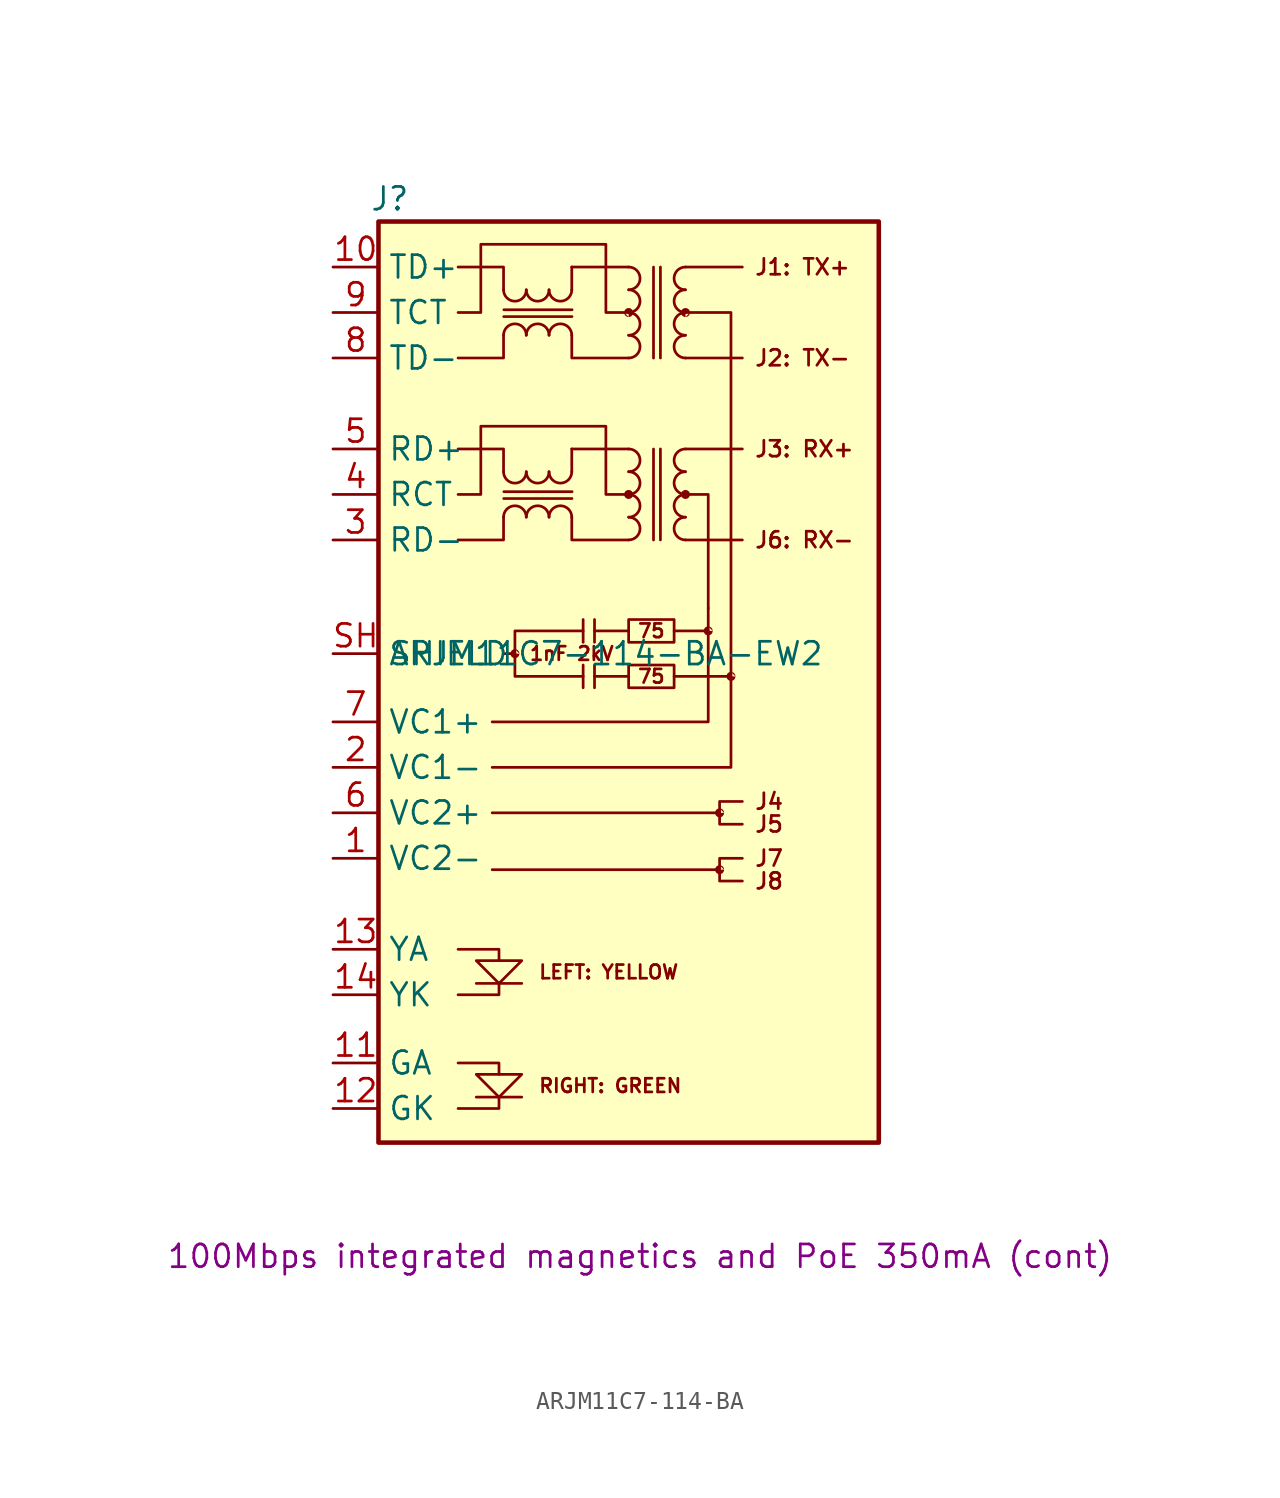
<source format=kicad_sym>
(kicad_symbol_lib
  (version 20220914)
  (generator kicad_symbol_editor)
  (symbol "ARJM11C7-114-BA"
    (property "Reference" "J"
      (at 0.635 1.27 0)
      (effects (font (size 1.27 1.27))))
    (property "Value" "ARJM11C7-114-BA-EW2"
      (at 12.7 -24.13 0)
      (effects (font (size 1.27 1.27))))
    (property "Description" "100Mbps integrated magnetics and PoE 350mA (cont)"
      (at 14.605 -57.785 0)
      (effects (font (size 1.27 1.27))))
    (symbol "ARJM11C7-114-BA_0_0"
      (polyline (pts (xy 8.001 -48.895) (xy 5.461 -48.895)) (stroke (width 0) (type default)) (fill (type none)))
      (polyline (pts (xy 8.001 -42.545) (xy 5.461 -42.545)) (stroke (width 0) (type default)) (fill (type none)))
      (polyline (pts (xy 4.445 -49.53) (xy 6.731 -49.53) (xy 6.731 -48.895)) (stroke (width 0) (type default)) (fill (type none)))
      (polyline (pts (xy 4.445 -46.99) (xy 6.731 -46.99) (xy 6.731 -47.625)) (stroke (width 0) (type default)) (fill (type none)))
      (polyline (pts (xy 4.445 -40.64) (xy 6.731 -40.64) (xy 6.731 -41.275)) (stroke (width 0) (type default)) (fill (type none)))
      (polyline (pts (xy 6.731 -42.545) (xy 6.731 -43.18) (xy 4.445 -43.18)) (stroke (width 0) (type default)) (fill (type none)))
      (polyline (pts (xy 18.415 -22.86) (xy 18.415 -27.94) (xy 6.35 -27.94)) (stroke (width 0) (type default)) (fill (type none)))
      (polyline (pts (xy 19.685 -25.4) (xy 19.685 -30.48) (xy 6.35 -30.48)) (stroke (width 0) (type default)) (fill (type none)))
      (polyline (pts (xy 5.461 -41.275) (xy 8.001 -41.275) (xy 6.731 -42.545) (xy 5.461 -41.275)) (stroke (width 0) (type default)) (fill (type none)))
      (polyline (pts (xy 8.001 -47.625) (xy 5.461 -47.625) (xy 6.731 -48.895) (xy 8.001 -47.625)) (stroke (width 0) (type default)) (fill (type none)))
      (text "75" (at 15.24 -25.4 0) (effects (font (size 0.762 0.762))))
      (text "75" (at 15.24 -22.86 0) (effects (font (size 0.762 0.762)))))
    (symbol "ARJM11C7-114-BA_0_1"
      (polyline (pts (xy 10.795 -13.97) (xy 10.795 -12.7)) (stroke (width 0) (type default)) (fill (type none)))
      (polyline (pts (xy 10.795 -3.81) (xy 10.795 -2.54)) (stroke (width 0) (type default)) (fill (type none)))
      (polyline (pts (xy 10.806 -15.468) (xy 6.995 -15.468)) (stroke (width 0) (type default)) (fill (type none)))
      (polyline (pts (xy 10.806 -5.308) (xy 6.995 -5.308)) (stroke (width 0) (type default)) (fill (type none)))
      (polyline (pts (xy 10.813 -15.085) (xy 7.003 -15.085)) (stroke (width 0) (type default)) (fill (type none)))
      (polyline (pts (xy 10.813 -4.925) (xy 7.003 -4.925)) (stroke (width 0) (type default)) (fill (type none)))
      (polyline (pts (xy 13.97 -12.7) (xy 10.795 -12.7)) (stroke (width 0) (type default)) (fill (type none)))
      (polyline (pts (xy 13.97 -2.54) (xy 10.795 -2.54)) (stroke (width 0) (type default)) (fill (type none)))
      (polyline (pts (xy 15.359 -17.784) (xy 15.359 -12.704)) (stroke (width 0) (type default)) (fill (type none)))
      (polyline (pts (xy 15.359 -7.624) (xy 15.359 -2.544)) (stroke (width 0) (type default)) (fill (type none)))
      (polyline (pts (xy 15.745 -17.78) (xy 15.745 -12.7)) (stroke (width 0) (type default)) (fill (type none)))
      (polyline (pts (xy 15.745 -7.62) (xy 15.745 -2.54)) (stroke (width 0) (type default)) (fill (type none)))
      (polyline (pts (xy 17.145 -17.78) (xy 20.32 -17.78)) (stroke (width 0) (type default)) (fill (type none)))
      (polyline (pts (xy 17.145 -12.7) (xy 20.32 -12.7)) (stroke (width 0) (type default)) (fill (type none)))
      (polyline (pts (xy 17.145 -7.62) (xy 20.32 -7.62)) (stroke (width 0) (type default)) (fill (type none)))
      (polyline (pts (xy 17.145 -2.54) (xy 20.32 -2.54)) (stroke (width 0) (type default)) (fill (type none)))
      (polyline (pts (xy 4.445 -17.78) (xy 6.985 -17.78) (xy 6.985 -16.51)) (stroke (width 0) (type default)) (fill (type none)))
      (polyline (pts (xy 4.445 -12.7) (xy 6.985 -12.7) (xy 6.985 -13.97)) (stroke (width 0) (type default)) (fill (type none)))
      (polyline (pts (xy 4.445 -7.62) (xy 6.985 -7.62) (xy 6.985 -6.35)) (stroke (width 0) (type default)) (fill (type none)))
      (polyline (pts (xy 4.445 -2.54) (xy 6.985 -2.54) (xy 6.985 -3.81)) (stroke (width 0) (type default)) (fill (type none)))
      (polyline (pts (xy 10.795 -16.51) (xy 10.795 -17.78) (xy 13.97 -17.78)) (stroke (width 0) (type default)) (fill (type none)))
      (polyline (pts (xy 10.795 -6.35) (xy 10.795 -7.62) (xy 13.97 -7.62)) (stroke (width 0) (type default)) (fill (type none)))
      (polyline (pts (xy 4.445 -15.24) (xy 5.715 -15.24) (xy 5.715 -11.43) (xy 12.7 -11.43) (xy 12.7 -15.24) (xy 13.97 -15.24)) (stroke (width 0) (type default)) (fill (type none)))
      (polyline (pts (xy 4.445 -5.08) (xy 5.715 -5.08) (xy 5.715 -1.27) (xy 12.7 -1.27) (xy 12.7 -5.08) (xy 13.97 -5.08)) (stroke (width 0) (type default)) (fill (type none)))
      (rectangle (start 0 0) (end 27.94 -51.435) (stroke (width 0.254) (type default)) (fill (type background)))
      (arc (start 6.985 -13.9727) (mid 7.62 -14.605) (end 8.255 -13.9727) (stroke (width 0) (type default)) (fill (type none)))
      (arc (start 6.985 -3.8127) (mid 7.62 -4.445) (end 8.255 -3.8127) (stroke (width 0) (type default)) (fill (type none)))
      (arc (start 8.255 -16.5073) (mid 7.62 -15.875) (end 6.985 -16.5073) (stroke (width 0) (type default)) (fill (type none)))
      (arc (start 8.255 -13.9727) (mid 8.89 -14.605) (end 9.525 -13.9727) (stroke (width 0) (type default)) (fill (type none)))
      (arc (start 8.255 -6.3473) (mid 7.62 -5.715) (end 6.985 -6.3473) (stroke (width 0) (type default)) (fill (type none)))
      (arc (start 8.255 -3.8127) (mid 8.89 -4.445) (end 9.525 -3.8127) (stroke (width 0) (type default)) (fill (type none)))
      (arc (start 9.525 -16.5073) (mid 8.89 -15.875) (end 8.255 -16.5073) (stroke (width 0) (type default)) (fill (type none)))
      (arc (start 9.525 -13.9727) (mid 10.16 -14.605) (end 10.795 -13.9727) (stroke (width 0) (type default)) (fill (type none)))
      (arc (start 9.525 -6.3473) (mid 8.89 -5.715) (end 8.255 -6.3473) (stroke (width 0) (type default)) (fill (type none)))
      (arc (start 9.525 -3.8127) (mid 10.16 -4.445) (end 10.795 -3.8127) (stroke (width 0) (type default)) (fill (type none)))
      (arc (start 10.795 -16.5073) (mid 10.16 -15.875) (end 9.525 -16.5073) (stroke (width 0) (type default)) (fill (type none)))
      (arc (start 10.795 -6.3473) (mid 10.16 -5.715) (end 9.525 -6.3473) (stroke (width 0) (type default)) (fill (type none)))
      (rectangle (start 13.97 -24.765) (end 16.51 -26.035) (stroke (width 0) (type default)) (fill (type none)))
      (rectangle (start 13.97 -22.225) (end 16.51 -23.495) (stroke (width 0) (type default)) (fill (type none)))
      (arc (start 13.9727 -17.78) (mid 14.605 -17.145) (end 13.9727 -16.51) (stroke (width 0) (type default)) (fill (type none)))
      (arc (start 13.9727 -16.51) (mid 14.605 -15.875) (end 13.9727 -15.24) (stroke (width 0) (type default)) (fill (type none)))
      (arc (start 13.9727 -15.24) (mid 14.605 -14.605) (end 13.9727 -13.97) (stroke (width 0) (type default)) (fill (type none)))
      (arc (start 13.9727 -13.97) (mid 14.605 -13.335) (end 13.9727 -12.7) (stroke (width 0) (type default)) (fill (type none)))
      (arc (start 13.9727 -7.62) (mid 14.605 -6.985) (end 13.9727 -6.35) (stroke (width 0) (type default)) (fill (type none)))
      (arc (start 13.9727 -6.35) (mid 14.605 -5.715) (end 13.9727 -5.08) (stroke (width 0) (type default)) (fill (type none)))
      (arc (start 13.9727 -5.08) (mid 14.605 -4.445) (end 13.9727 -3.81) (stroke (width 0) (type default)) (fill (type none)))
      (arc (start 13.9727 -3.81) (mid 14.605 -3.175) (end 13.9727 -2.54) (stroke (width 0) (type default)) (fill (type none)))
      (arc (start 17.1423 -16.51) (mid 16.51 -17.145) (end 17.1423 -17.78) (stroke (width 0) (type default)) (fill (type none)))
      (arc (start 17.1423 -15.24) (mid 16.51 -15.875) (end 17.1423 -16.51) (stroke (width 0) (type default)) (fill (type none)))
      (arc (start 17.1423 -13.97) (mid 16.51 -14.605) (end 17.1423 -15.24) (stroke (width 0) (type default)) (fill (type none)))
      (arc (start 17.1423 -12.7) (mid 16.51 -13.335) (end 17.1423 -13.97) (stroke (width 0) (type default)) (fill (type none)))
      (arc (start 17.1423 -6.35) (mid 16.51 -6.985) (end 17.1423 -7.62) (stroke (width 0) (type default)) (fill (type none)))
      (arc (start 17.1423 -5.08) (mid 16.51 -5.715) (end 17.1423 -6.35) (stroke (width 0) (type default)) (fill (type none)))
      (arc (start 17.1423 -3.81) (mid 16.51 -4.445) (end 17.1423 -5.08) (stroke (width 0) (type default)) (fill (type none)))
      (arc (start 17.1423 -2.54) (mid 16.51 -3.175) (end 17.1423 -3.81) (stroke (width 0) (type default)) (fill (type none))))
    (symbol "ARJM11C7-114-BA_1_0"
      (polyline (pts (xy 7.62 -24.13) (xy 6.985 -24.13)) (stroke (width 0) (type default)) (fill (type none)))
      (polyline (pts (xy 11.43 -24.765) (xy 11.43 -26.035)) (stroke (width 0) (type default)) (fill (type none)))
      (polyline (pts (xy 11.43 -22.225) (xy 11.43 -23.495)) (stroke (width 0) (type default)) (fill (type none)))
      (polyline (pts (xy 12.065 -25.4) (xy 13.97 -25.4)) (stroke (width 0) (type default)) (fill (type none)))
      (polyline (pts (xy 12.065 -24.765) (xy 12.065 -26.035)) (stroke (width 0) (type default)) (fill (type none)))
      (polyline (pts (xy 12.065 -22.86) (xy 13.97 -22.86)) (stroke (width 0) (type default)) (fill (type none)))
      (polyline (pts (xy 12.065 -22.225) (xy 12.065 -23.495)) (stroke (width 0) (type default)) (fill (type none)))
      (polyline (pts (xy 19.05 -36.195) (xy 6.35 -36.195)) (stroke (width 0) (type default)) (fill (type none)))
      (polyline (pts (xy 19.05 -33.02) (xy 6.35 -33.02)) (stroke (width 0) (type default)) (fill (type none)))
      (polyline (pts (xy 16.51 -22.86) (xy 18.415 -22.86) (xy 18.415 -21.59)) (stroke (width 0) (type default)) (fill (type none)))
      (polyline (pts (xy 17.145 -15.24) (xy 18.415 -15.24) (xy 18.415 -21.59)) (stroke (width 0) (type default)) (fill (type none)))
      (polyline (pts (xy 11.43 -22.86) (xy 7.62 -22.86) (xy 7.62 -25.4) (xy 11.43 -25.4)) (stroke (width 0) (type default)) (fill (type none)))
      (polyline (pts (xy 17.145 -5.08) (xy 19.685 -5.08) (xy 19.685 -25.4) (xy 16.51 -25.4)) (stroke (width 0) (type default)) (fill (type none)))
      (polyline (pts (xy 20.32 -35.56) (xy 19.05 -35.56) (xy 19.05 -36.83) (xy 20.32 -36.83)) (stroke (width 0) (type default)) (fill (type none)))
      (polyline (pts (xy 20.32 -32.385) (xy 19.05 -32.385) (xy 19.05 -33.655) (xy 20.32 -33.655)) (stroke (width 0) (type default)) (fill (type none)))
      (text "1nF 2kV" (at 10.795 -24.13 0) (effects (font (size 0.762 0.762))))
      (text "J1: TX+" (at 20.955 -2.54 0) (effects (font (size 0.889 0.889)) (justify left)))
      (text "J2: TX-" (at 20.955 -7.62 0) (effects (font (size 0.889 0.889)) (justify left)))
      (text "J3: RX+" (at 20.955 -12.7 0) (effects (font (size 0.889 0.889)) (justify left)))
      (text "J4" (at 20.955 -32.385 0) (effects (font (size 0.889 0.889)) (justify left)))
      (text "J5" (at 20.955 -33.655 0) (effects (font (size 0.889 0.889)) (justify left)))
      (text "J6: RX-" (at 20.955 -17.78 0) (effects (font (size 0.889 0.889)) (justify left)))
      (text "J7" (at 20.955 -35.56 0) (effects (font (size 0.889 0.889)) (justify left)))
      (text "J8" (at 20.955 -36.83 0) (effects (font (size 0.889 0.889)) (justify left)))
      (text "LEFT: YELLOW" (at 8.89 -41.91 0) (effects (font (size 0.762 0.762)) (justify left)))
      (text "RIGHT: GREEN" (at 8.89 -48.26 0) (effects (font (size 0.762 0.762)) (justify left))))
    (symbol "ARJM11C7-114-BA_1_1"
      (circle (center 7.62 -24.13) (radius 0.0001) (stroke (width 0.5) (type solid)) (fill (type outline)))
      (circle (center 13.97 -15.24) (radius 0.0001) (stroke (width 0.5) (type solid)) (fill (type outline)))
      (circle (center 13.97 -5.08) (radius 0.0001) (stroke (width 0.5) (type solid)) (fill (type outline)))
      (circle (center 17.145 -15.24) (radius 0.0001) (stroke (width 0.5) (type solid)) (fill (type outline)))
      (circle (center 17.145 -5.08) (radius 0.0001) (stroke (width 0.5) (type solid)) (fill (type outline)))
      (circle (center 18.415 -22.86) (radius 0.0001) (stroke (width 0.5) (type solid)) (fill (type outline)))
      (circle (center 19.05 -36.195) (radius 0.0001) (stroke (width 0.5) (type solid)) (fill (type outline)))
      (circle (center 19.05 -33.02) (radius 0.0001) (stroke (width 0.5) (type solid)) (fill (type outline)))
      (circle (center 19.685 -25.4) (radius 0.0001) (stroke (width 0.5) (type solid)) (fill (type outline)))
      (pin power_out line (at -2.54 -35.56 0) (length 2.54) (name "VC2-" (effects (font (size 1.27 1.27)))) (number "1" (effects (font (size 1.27 1.27)))))
      (pin passive line (at -2.54 -2.54 0) (length 2.54) (name "TD+" (effects (font (size 1.27 1.27)))) (number "10" (effects (font (size 1.27 1.27)))))
      (pin passive line (at -2.54 -46.99 0) (length 2.54) (name "GA" (effects (font (size 1.27 1.27)))) (number "11" (effects (font (size 1.27 1.27)))))
      (pin passive line (at -2.54 -49.53 0) (length 2.54) (name "GK" (effects (font (size 1.27 1.27)))) (number "12" (effects (font (size 1.27 1.27)))))
      (pin passive line (at -2.54 -40.64 0) (length 2.54) (name "YA" (effects (font (size 1.27 1.27)))) (number "13" (effects (font (size 1.27 1.27)))))
      (pin passive line (at -2.54 -43.18 0) (length 2.54) (name "YK" (effects (font (size 1.27 1.27)))) (number "14" (effects (font (size 1.27 1.27)))))
      (pin power_out line (at -2.54 -30.48 0) (length 2.54) (name "VC1-" (effects (font (size 1.27 1.27)))) (number "2" (effects (font (size 1.27 1.27)))))
      (pin passive line (at -2.54 -17.78 0) (length 2.54) (name "RD-" (effects (font (size 1.27 1.27)))) (number "3" (effects (font (size 1.27 1.27)))))
      (pin passive line (at -2.54 -15.24 0) (length 2.54) (name "RCT" (effects (font (size 1.27 1.27)))) (number "4" (effects (font (size 1.27 1.27)))))
      (pin passive line (at -2.54 -12.7 0) (length 2.54) (name "RD+" (effects (font (size 1.27 1.27)))) (number "5" (effects (font (size 1.27 1.27)))))
      (pin power_out line (at -2.54 -33.02 0) (length 2.54) (name "VC2+" (effects (font (size 1.27 1.27)))) (number "6" (effects (font (size 1.27 1.27)))))
      (pin power_out line (at -2.54 -27.94 0) (length 2.54) (name "VC1+" (effects (font (size 1.27 1.27)))) (number "7" (effects (font (size 1.27 1.27)))))
      (pin passive line (at -2.54 -7.62 0) (length 2.54) (name "TD-" (effects (font (size 1.27 1.27)))) (number "8" (effects (font (size 1.27 1.27)))))
      (pin passive line (at -2.54 -5.08 0) (length 2.54) (name "TCT" (effects (font (size 1.27 1.27)))) (number "9" (effects (font (size 1.27 1.27)))))
      (pin passive line (at -2.54 -24.13 0) (length 2.54) (name "SHIELD" (effects (font (size 1.27 1.27)))) (number "SH" (effects (font (size 1.27 1.27))))))))
</source>
